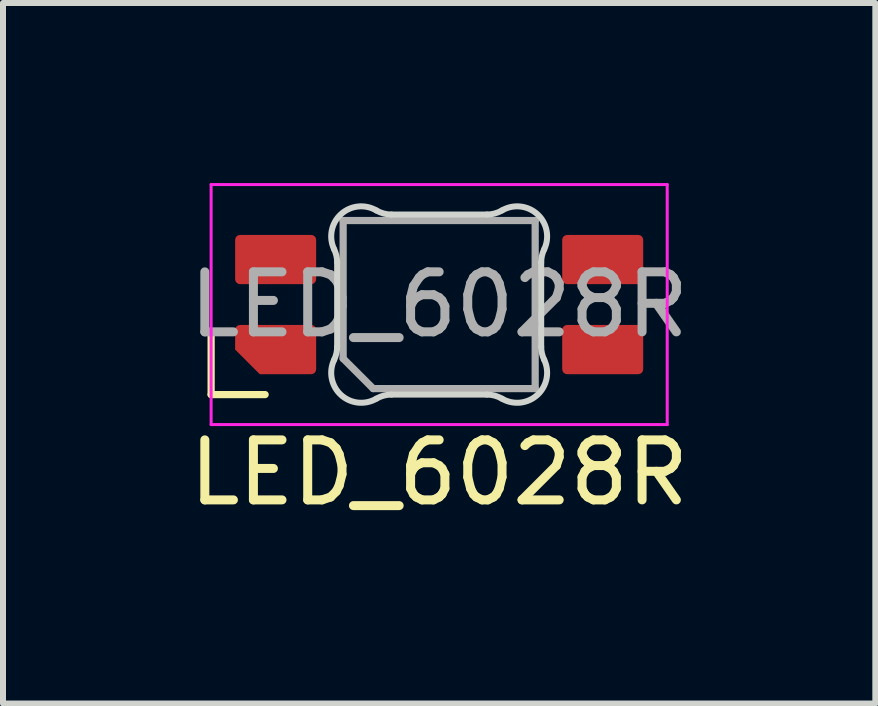
<source format=kicad_pcb>
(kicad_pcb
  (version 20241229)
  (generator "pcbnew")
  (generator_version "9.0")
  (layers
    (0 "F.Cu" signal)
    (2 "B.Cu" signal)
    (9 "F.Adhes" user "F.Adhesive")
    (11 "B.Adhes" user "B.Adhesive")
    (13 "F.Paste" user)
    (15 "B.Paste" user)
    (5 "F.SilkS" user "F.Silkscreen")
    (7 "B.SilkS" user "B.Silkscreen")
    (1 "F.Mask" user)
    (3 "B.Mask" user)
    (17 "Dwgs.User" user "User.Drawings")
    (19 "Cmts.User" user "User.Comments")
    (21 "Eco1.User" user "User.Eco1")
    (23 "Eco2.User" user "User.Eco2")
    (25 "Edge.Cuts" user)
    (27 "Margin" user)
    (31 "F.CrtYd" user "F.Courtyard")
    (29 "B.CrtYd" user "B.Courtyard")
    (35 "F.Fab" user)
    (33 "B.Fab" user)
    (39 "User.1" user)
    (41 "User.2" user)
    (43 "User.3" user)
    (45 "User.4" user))
  (footprint "LED_6028R"
    (layer "F.Cu")
    (at 4.268 2.025)
    (property "Reference" "LED_6028R" (at 0 2.8 0) (layer "F.SilkS") (effects (font (size 1 1) (thickness 0.15))))
    (attr smd)
    (fp_line (start -3.8 0.5) (end -3.8 1.5) (stroke (width 0.12) (type solid)) (layer "F.SilkS"))
    (fp_line (start -3.8 1.5) (end -2.9 1.5) (stroke (width 0.12) (type solid)) (layer "F.SilkS"))
    (fp_line (start -1.7 -0.703) (end -1.7 0.703) (stroke (width 0.1) (type solid)) (layer "Edge.Cuts"))
    (fp_line (start -0.794 1.5) (end 0.794 1.5) (stroke (width 0.1) (type solid)) (layer "Edge.Cuts"))
    (fp_line (start 0.794 -1.5) (end -0.794 -1.5) (stroke (width 0.1) (type solid)) (layer "Edge.Cuts"))
    (fp_line (start 1.7 0.703) (end 1.7 -0.703) (stroke (width 0.1) (type solid)) (layer "Edge.Cuts"))
    (fp_arc (start -1.749484 -0.919721) (mid -1.712527 -0.814069) (end -1.699999 -0.702844) (stroke (width 0.1) (type solid)) (layer "Edge.Cuts"))
    (fp_arc (start -1.749484 -0.919721) (mid -1.638071 -1.504036) (end -1.046711 -1.568299) (stroke (width 0.1) (type solid)) (layer "Edge.Cuts"))
    (fp_arc (start -1.699999 0.702841) (mid -1.712527 0.814067) (end -1.749484 0.919719) (stroke (width 0.1) (type solid)) (layer "Edge.Cuts"))
    (fp_arc (start -1.046711 1.568298) (mid -1.638072 1.504034) (end -1.749484 0.919718) (stroke (width 0.1) (type solid)) (layer "Edge.Cuts"))
    (fp_arc (start -1.046711 1.568298) (mid -0.925123 1.517376) (end -0.794452 1.499999) (stroke (width 0.1) (type solid)) (layer "Edge.Cuts"))
    (fp_arc (start -0.794453 -1.5) (mid -0.925123 -1.517377) (end -1.046711 -1.568299) (stroke (width 0.1) (type solid)) (layer "Edge.Cuts"))
    (fp_arc (start 0.794452 1.499999) (mid 0.925122 1.517376) (end 1.04671 1.568298) (stroke (width 0.1) (type solid)) (layer "Edge.Cuts"))
    (fp_arc (start 1.046711 -1.5683) (mid 0.925123 -1.517378) (end 0.794453 -1.500001) (stroke (width 0.1) (type solid)) (layer "Edge.Cuts"))
    (fp_arc (start 1.046711 -1.5683) (mid 1.638071 -1.504036) (end 1.749484 -0.919721) (stroke (width 0.1) (type solid)) (layer "Edge.Cuts"))
    (fp_arc (start 1.699999 -0.702843) (mid 1.712527 -0.814069) (end 1.749484 -0.919721) (stroke (width 0.1) (type solid)) (layer "Edge.Cuts"))
    (fp_arc (start 1.749484 0.919719) (mid 1.63807 1.504033) (end 1.046711 1.568296) (stroke (width 0.1) (type solid)) (layer "Edge.Cuts"))
    (fp_arc (start 1.749484 0.919719) (mid 1.712527 0.814067) (end 1.699999 0.702842) (stroke (width 0.1) (type solid)) (layer "Edge.Cuts"))
    (fp_line (start -3.8 -2) (end 3.8 -2) (stroke (width 0.05) (type solid)) (layer "F.CrtYd"))
    (fp_line (start -3.8 2) (end -3.8 -2) (stroke (width 0.05) (type solid)) (layer "F.CrtYd"))
    (fp_line (start 3.8 -2) (end 3.8 2) (stroke (width 0.05) (type solid)) (layer "F.CrtYd"))
    (fp_line (start 3.8 2) (end -3.8 2) (stroke (width 0.05) (type solid)) (layer "F.CrtYd"))
    (fp_line (start -1.6 -1.4) (end 1.6 -1.4) (stroke (width 0.12) (type solid)) (layer "F.Fab"))
    (fp_line (start -1.6 0.9) (end -1.6 -1.4) (stroke (width 0.12) (type solid)) (layer "F.Fab"))
    (fp_line (start -1.6 0.9) (end -1.1 1.4) (stroke (width 0.12) (type solid)) (layer "F.Fab"))
    (fp_line (start 1.6 -1.4) (end 1.6 1.4) (stroke (width 0.12) (type solid)) (layer "F.Fab"))
    (fp_line (start 1.6 1.4) (end -1.1 1.4) (stroke (width 0.12) (type solid)) (layer "F.Fab"))
    (fp_text user "${REFERENCE}" (at 0 0 0) (layer "F.Fab") (effects (font (size 1 1) (thickness 0.15))))
    (pad "1" smd roundrect (at 2.725 -0.75 90) (size 0.82 1.35) (layers "F.Cu" "F.Mask" "F.Paste") (roundrect_rratio 0.1))
    (pad "2" smd roundrect (at 2.725 0.75 90) (size 0.82 1.35) (layers "F.Cu" "F.Mask" "F.Paste") (roundrect_rratio 0.1))
    (pad "3" smd roundrect (at -2.725 -0.75 90) (size 0.82 1.35) (layers "F.Cu" "F.Mask" "F.Paste") (roundrect_rratio 0.1))
    (pad "4" smd roundrect (at -2.725 0.75 90) (size 0.82 1.35) (layers "F.Cu" "F.Mask" "F.Paste") (roundrect_rratio 0.1) (chamfer_ratio 0.5) (chamfer top_left)))
  (gr_rect
    (start -3 -3)
    (end 11.536 8.673)
    (stroke (width 0.1) (type default))
    (fill no)
    (layer "Edge.Cuts")))
</source>
